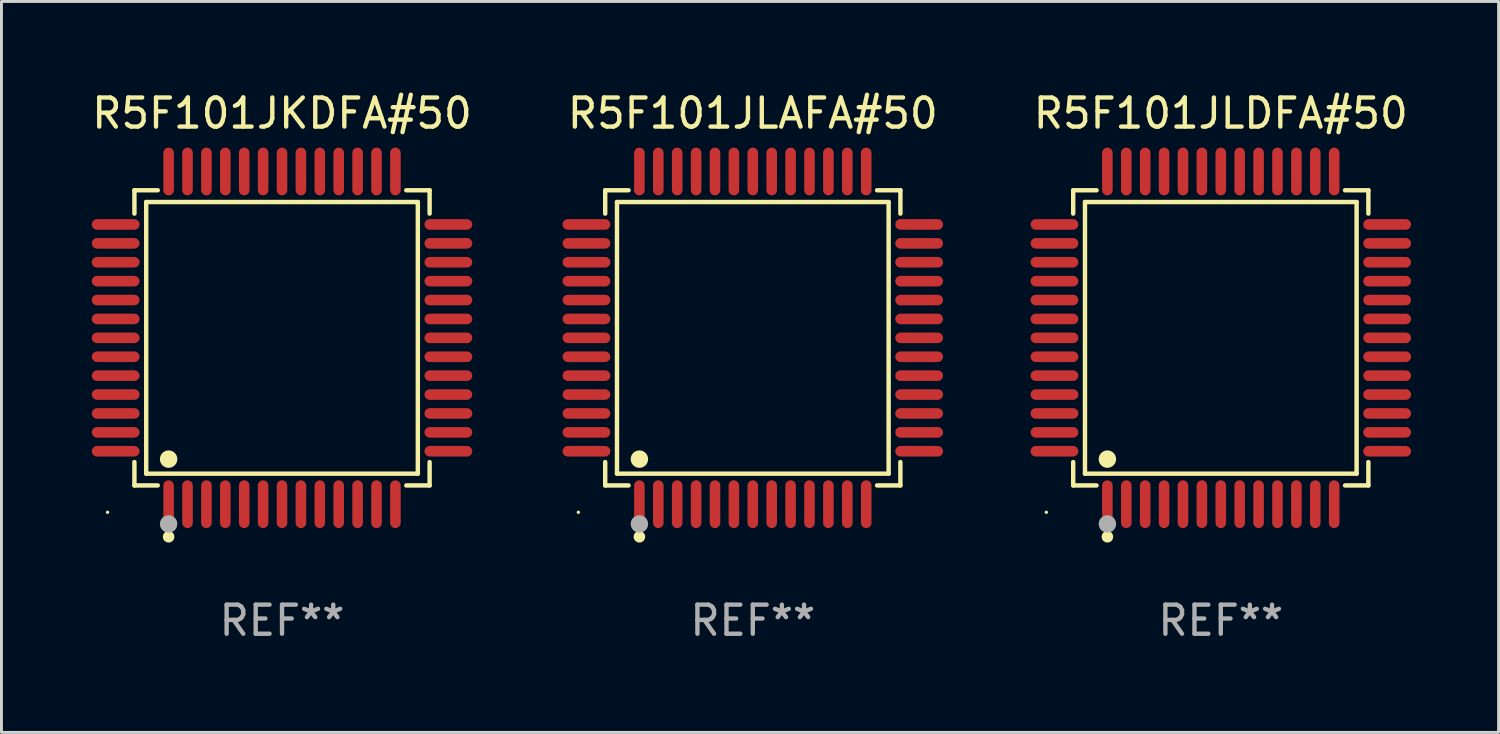
<source format=kicad_pcb>
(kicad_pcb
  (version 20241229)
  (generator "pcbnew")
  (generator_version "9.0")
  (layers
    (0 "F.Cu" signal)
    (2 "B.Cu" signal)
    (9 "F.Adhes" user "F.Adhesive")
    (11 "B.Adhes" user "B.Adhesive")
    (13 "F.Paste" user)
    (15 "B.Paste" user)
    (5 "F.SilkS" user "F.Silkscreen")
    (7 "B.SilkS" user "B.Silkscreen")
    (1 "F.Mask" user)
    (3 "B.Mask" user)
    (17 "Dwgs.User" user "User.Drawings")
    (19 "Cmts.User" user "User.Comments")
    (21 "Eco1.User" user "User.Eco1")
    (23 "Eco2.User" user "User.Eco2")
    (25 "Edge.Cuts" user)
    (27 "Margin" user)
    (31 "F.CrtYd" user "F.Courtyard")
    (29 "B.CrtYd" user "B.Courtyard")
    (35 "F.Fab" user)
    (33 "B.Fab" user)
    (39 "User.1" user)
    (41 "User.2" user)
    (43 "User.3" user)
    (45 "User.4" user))
  (footprint "R5F101JLDFA#50"
    (layer "F.Cu")
    (at 38.935 8.569)
    (property "Reference" "R5F101JLDFA#50" (at 0 -7.721 0) (layer "F.SilkS") (effects (font (size 1 1) (thickness 0.15))))
    (attr through_hole)
    (fp_line (start -5.076 -5.076) (end -4.273 -5.076) (stroke (width 0.152) (type solid)) (layer "F.SilkS"))
    (fp_line (start -5.076 -4.273) (end -5.076 -5.076) (stroke (width 0.152) (type solid)) (layer "F.SilkS"))
    (fp_line (start -5.076 4.273) (end -5.076 5.076) (stroke (width 0.152) (type solid)) (layer "F.SilkS"))
    (fp_line (start -5.076 5.076) (end -4.273 5.076) (stroke (width 0.152) (type solid)) (layer "F.SilkS"))
    (fp_line (start -4.671 -4.671) (end 4.671 -4.671) (stroke (width 0.152) (type solid)) (layer "F.SilkS"))
    (fp_line (start -4.671 4.671) (end -4.671 -4.671) (stroke (width 0.152) (type solid)) (layer "F.SilkS"))
    (fp_line (start 4.671 -4.671) (end 4.671 4.671) (stroke (width 0.152) (type solid)) (layer "F.SilkS"))
    (fp_line (start 4.671 4.671) (end -4.671 4.671) (stroke (width 0.152) (type solid)) (layer "F.SilkS"))
    (fp_line (start 5.076 -5.076) (end 4.273 -5.076) (stroke (width 0.152) (type solid)) (layer "F.SilkS"))
    (fp_line (start 5.076 -4.273) (end 5.076 -5.076) (stroke (width 0.152) (type solid)) (layer "F.SilkS"))
    (fp_line (start 5.076 4.273) (end 5.076 5.076) (stroke (width 0.152) (type solid)) (layer "F.SilkS"))
    (fp_line (start 5.076 5.076) (end 4.273 5.076) (stroke (width 0.152) (type solid)) (layer "F.SilkS"))
    (fp_circle (center -6 6) (end -5.97 6) (stroke (width 0.06) (type solid)) (fill no) (layer "F.SilkS"))
    (fp_circle (center -3.9 4.171) (end -3.75 4.171) (stroke (width 0.3) (type solid)) (fill no) (layer "F.SilkS"))
    (fp_circle (center -3.9 6.842) (end -3.8 6.842) (stroke (width 0.2) (type solid)) (fill no) (layer "F.SilkS"))
    (fp_circle (center -3.9 6.4) (end -3.75 6.4) (stroke (width 0.3) (type solid)) (fill no) (layer "F.Fab"))
    (fp_text user "REF**" (at 0 9.721 0) (layer "F.Fab") (effects (font (size 1 1) (thickness 0.15))))
    (pad "1" smd oval (at -3.9 5.721) (size 0.364 1.642) (layers "F.Cu" "F.Mask" "F.Paste"))
    (pad "2" smd oval (at -3.25 5.721) (size 0.364 1.642) (layers "F.Cu" "F.Mask" "F.Paste"))
    (pad "3" smd oval (at -2.6 5.721) (size 0.364 1.642) (layers "F.Cu" "F.Mask" "F.Paste"))
    (pad "4" smd oval (at -1.95 5.721) (size 0.364 1.642) (layers "F.Cu" "F.Mask" "F.Paste"))
    (pad "5" smd oval (at -1.3 5.721) (size 0.364 1.642) (layers "F.Cu" "F.Mask" "F.Paste"))
    (pad "6" smd oval (at -0.65 5.721) (size 0.364 1.642) (layers "F.Cu" "F.Mask" "F.Paste"))
    (pad "7" smd oval (at 0 5.721) (size 0.364 1.642) (layers "F.Cu" "F.Mask" "F.Paste"))
    (pad "8" smd oval (at 0.65 5.721) (size 0.364 1.642) (layers "F.Cu" "F.Mask" "F.Paste"))
    (pad "9" smd oval (at 1.3 5.721) (size 0.364 1.642) (layers "F.Cu" "F.Mask" "F.Paste"))
    (pad "10" smd oval (at 1.95 5.721) (size 0.364 1.642) (layers "F.Cu" "F.Mask" "F.Paste"))
    (pad "11" smd oval (at 2.6 5.721) (size 0.364 1.642) (layers "F.Cu" "F.Mask" "F.Paste"))
    (pad "12" smd oval (at 3.25 5.721) (size 0.364 1.642) (layers "F.Cu" "F.Mask" "F.Paste"))
    (pad "13" smd oval (at 3.9 5.721) (size 0.364 1.642) (layers "F.Cu" "F.Mask" "F.Paste"))
    (pad "14" smd oval (at 5.721 3.9) (size 1.642 0.364) (layers "F.Cu" "F.Mask" "F.Paste"))
    (pad "15" smd oval (at 5.721 3.25) (size 1.642 0.364) (layers "F.Cu" "F.Mask" "F.Paste"))
    (pad "16" smd oval (at 5.721 2.6) (size 1.642 0.364) (layers "F.Cu" "F.Mask" "F.Paste"))
    (pad "17" smd oval (at 5.721 1.95) (size 1.642 0.364) (layers "F.Cu" "F.Mask" "F.Paste"))
    (pad "18" smd oval (at 5.721 1.3) (size 1.642 0.364) (layers "F.Cu" "F.Mask" "F.Paste"))
    (pad "19" smd oval (at 5.721 0.65) (size 1.642 0.364) (layers "F.Cu" "F.Mask" "F.Paste"))
    (pad "20" smd oval (at 5.721 0) (size 1.642 0.364) (layers "F.Cu" "F.Mask" "F.Paste"))
    (pad "21" smd oval (at 5.721 -0.65) (size 1.642 0.364) (layers "F.Cu" "F.Mask" "F.Paste"))
    (pad "22" smd oval (at 5.721 -1.3) (size 1.642 0.364) (layers "F.Cu" "F.Mask" "F.Paste"))
    (pad "23" smd oval (at 5.721 -1.95) (size 1.642 0.364) (layers "F.Cu" "F.Mask" "F.Paste"))
    (pad "24" smd oval (at 5.721 -2.6) (size 1.642 0.364) (layers "F.Cu" "F.Mask" "F.Paste"))
    (pad "25" smd oval (at 5.721 -3.25) (size 1.642 0.364) (layers "F.Cu" "F.Mask" "F.Paste"))
    (pad "26" smd oval (at 5.721 -3.9) (size 1.642 0.364) (layers "F.Cu" "F.Mask" "F.Paste"))
    (pad "27" smd oval (at 3.9 -5.721) (size 0.364 1.642) (layers "F.Cu" "F.Mask" "F.Paste"))
    (pad "28" smd oval (at 3.25 -5.721) (size 0.364 1.642) (layers "F.Cu" "F.Mask" "F.Paste"))
    (pad "29" smd oval (at 2.6 -5.721) (size 0.364 1.642) (layers "F.Cu" "F.Mask" "F.Paste"))
    (pad "30" smd oval (at 1.95 -5.721) (size 0.364 1.642) (layers "F.Cu" "F.Mask" "F.Paste"))
    (pad "31" smd oval (at 1.3 -5.721) (size 0.364 1.642) (layers "F.Cu" "F.Mask" "F.Paste"))
    (pad "32" smd oval (at 0.65 -5.721) (size 0.364 1.642) (layers "F.Cu" "F.Mask" "F.Paste"))
    (pad "33" smd oval (at 0 -5.721) (size 0.364 1.642) (layers "F.Cu" "F.Mask" "F.Paste"))
    (pad "34" smd oval (at -0.65 -5.721) (size 0.364 1.642) (layers "F.Cu" "F.Mask" "F.Paste"))
    (pad "35" smd oval (at -1.3 -5.721) (size 0.364 1.642) (layers "F.Cu" "F.Mask" "F.Paste"))
    (pad "36" smd oval (at -1.95 -5.721) (size 0.364 1.642) (layers "F.Cu" "F.Mask" "F.Paste"))
    (pad "37" smd oval (at -2.6 -5.721) (size 0.364 1.642) (layers "F.Cu" "F.Mask" "F.Paste"))
    (pad "38" smd oval (at -3.25 -5.721) (size 0.364 1.642) (layers "F.Cu" "F.Mask" "F.Paste"))
    (pad "39" smd oval (at -3.9 -5.721) (size 0.364 1.642) (layers "F.Cu" "F.Mask" "F.Paste"))
    (pad "40" smd oval (at -5.721 -3.9) (size 1.642 0.364) (layers "F.Cu" "F.Mask" "F.Paste"))
    (pad "41" smd oval (at -5.721 -3.25) (size 1.642 0.364) (layers "F.Cu" "F.Mask" "F.Paste"))
    (pad "42" smd oval (at -5.721 -2.6) (size 1.642 0.364) (layers "F.Cu" "F.Mask" "F.Paste"))
    (pad "43" smd oval (at -5.721 -1.95) (size 1.642 0.364) (layers "F.Cu" "F.Mask" "F.Paste"))
    (pad "44" smd oval (at -5.721 -1.3) (size 1.642 0.364) (layers "F.Cu" "F.Mask" "F.Paste"))
    (pad "45" smd oval (at -5.721 -0.65) (size 1.642 0.364) (layers "F.Cu" "F.Mask" "F.Paste"))
    (pad "46" smd oval (at -5.721 0) (size 1.642 0.364) (layers "F.Cu" "F.Mask" "F.Paste"))
    (pad "47" smd oval (at -5.721 0.65) (size 1.642 0.364) (layers "F.Cu" "F.Mask" "F.Paste"))
    (pad "48" smd oval (at -5.721 1.3) (size 1.642 0.364) (layers "F.Cu" "F.Mask" "F.Paste"))
    (pad "49" smd oval (at -5.721 1.95) (size 1.642 0.364) (layers "F.Cu" "F.Mask" "F.Paste"))
    (pad "50" smd oval (at -5.721 2.6) (size 1.642 0.364) (layers "F.Cu" "F.Mask" "F.Paste"))
    (pad "51" smd oval (at -5.721 3.25) (size 1.642 0.364) (layers "F.Cu" "F.Mask" "F.Paste"))
    (pad "52" smd oval (at -5.721 3.9) (size 1.642 0.364) (layers "F.Cu" "F.Mask" "F.Paste")))
  (footprint "R5F101JLAFA#50"
    (layer "F.Cu")
    (at 22.84 8.569)
    (property "Reference" "R5F101JLAFA#50" (at 0 -7.721 0) (layer "F.SilkS") (effects (font (size 1 1) (thickness 0.15))))
    (attr through_hole)
    (fp_line (start -5.076 -5.076) (end -4.273 -5.076) (stroke (width 0.152) (type solid)) (layer "F.SilkS"))
    (fp_line (start -5.076 -4.273) (end -5.076 -5.076) (stroke (width 0.152) (type solid)) (layer "F.SilkS"))
    (fp_line (start -5.076 4.273) (end -5.076 5.076) (stroke (width 0.152) (type solid)) (layer "F.SilkS"))
    (fp_line (start -5.076 5.076) (end -4.273 5.076) (stroke (width 0.152) (type solid)) (layer "F.SilkS"))
    (fp_line (start -4.671 -4.671) (end 4.671 -4.671) (stroke (width 0.152) (type solid)) (layer "F.SilkS"))
    (fp_line (start -4.671 4.671) (end -4.671 -4.671) (stroke (width 0.152) (type solid)) (layer "F.SilkS"))
    (fp_line (start 4.671 -4.671) (end 4.671 4.671) (stroke (width 0.152) (type solid)) (layer "F.SilkS"))
    (fp_line (start 4.671 4.671) (end -4.671 4.671) (stroke (width 0.152) (type solid)) (layer "F.SilkS"))
    (fp_line (start 5.076 -5.076) (end 4.273 -5.076) (stroke (width 0.152) (type solid)) (layer "F.SilkS"))
    (fp_line (start 5.076 -4.273) (end 5.076 -5.076) (stroke (width 0.152) (type solid)) (layer "F.SilkS"))
    (fp_line (start 5.076 4.273) (end 5.076 5.076) (stroke (width 0.152) (type solid)) (layer "F.SilkS"))
    (fp_line (start 5.076 5.076) (end 4.273 5.076) (stroke (width 0.152) (type solid)) (layer "F.SilkS"))
    (fp_circle (center -6 6) (end -5.97 6) (stroke (width 0.06) (type solid)) (fill no) (layer "F.SilkS"))
    (fp_circle (center -3.9 4.171) (end -3.75 4.171) (stroke (width 0.3) (type solid)) (fill no) (layer "F.SilkS"))
    (fp_circle (center -3.9 6.842) (end -3.8 6.842) (stroke (width 0.2) (type solid)) (fill no) (layer "F.SilkS"))
    (fp_circle (center -3.9 6.4) (end -3.75 6.4) (stroke (width 0.3) (type solid)) (fill no) (layer "F.Fab"))
    (fp_text user "REF**" (at 0 9.721 0) (layer "F.Fab") (effects (font (size 1 1) (thickness 0.15))))
    (pad "1" smd oval (at -3.9 5.721) (size 0.364 1.642) (layers "F.Cu" "F.Mask" "F.Paste"))
    (pad "2" smd oval (at -3.25 5.721) (size 0.364 1.642) (layers "F.Cu" "F.Mask" "F.Paste"))
    (pad "3" smd oval (at -2.6 5.721) (size 0.364 1.642) (layers "F.Cu" "F.Mask" "F.Paste"))
    (pad "4" smd oval (at -1.95 5.721) (size 0.364 1.642) (layers "F.Cu" "F.Mask" "F.Paste"))
    (pad "5" smd oval (at -1.3 5.721) (size 0.364 1.642) (layers "F.Cu" "F.Mask" "F.Paste"))
    (pad "6" smd oval (at -0.65 5.721) (size 0.364 1.642) (layers "F.Cu" "F.Mask" "F.Paste"))
    (pad "7" smd oval (at 0 5.721) (size 0.364 1.642) (layers "F.Cu" "F.Mask" "F.Paste"))
    (pad "8" smd oval (at 0.65 5.721) (size 0.364 1.642) (layers "F.Cu" "F.Mask" "F.Paste"))
    (pad "9" smd oval (at 1.3 5.721) (size 0.364 1.642) (layers "F.Cu" "F.Mask" "F.Paste"))
    (pad "10" smd oval (at 1.95 5.721) (size 0.364 1.642) (layers "F.Cu" "F.Mask" "F.Paste"))
    (pad "11" smd oval (at 2.6 5.721) (size 0.364 1.642) (layers "F.Cu" "F.Mask" "F.Paste"))
    (pad "12" smd oval (at 3.25 5.721) (size 0.364 1.642) (layers "F.Cu" "F.Mask" "F.Paste"))
    (pad "13" smd oval (at 3.9 5.721) (size 0.364 1.642) (layers "F.Cu" "F.Mask" "F.Paste"))
    (pad "14" smd oval (at 5.721 3.9) (size 1.642 0.364) (layers "F.Cu" "F.Mask" "F.Paste"))
    (pad "15" smd oval (at 5.721 3.25) (size 1.642 0.364) (layers "F.Cu" "F.Mask" "F.Paste"))
    (pad "16" smd oval (at 5.721 2.6) (size 1.642 0.364) (layers "F.Cu" "F.Mask" "F.Paste"))
    (pad "17" smd oval (at 5.721 1.95) (size 1.642 0.364) (layers "F.Cu" "F.Mask" "F.Paste"))
    (pad "18" smd oval (at 5.721 1.3) (size 1.642 0.364) (layers "F.Cu" "F.Mask" "F.Paste"))
    (pad "19" smd oval (at 5.721 0.65) (size 1.642 0.364) (layers "F.Cu" "F.Mask" "F.Paste"))
    (pad "20" smd oval (at 5.721 0) (size 1.642 0.364) (layers "F.Cu" "F.Mask" "F.Paste"))
    (pad "21" smd oval (at 5.721 -0.65) (size 1.642 0.364) (layers "F.Cu" "F.Mask" "F.Paste"))
    (pad "22" smd oval (at 5.721 -1.3) (size 1.642 0.364) (layers "F.Cu" "F.Mask" "F.Paste"))
    (pad "23" smd oval (at 5.721 -1.95) (size 1.642 0.364) (layers "F.Cu" "F.Mask" "F.Paste"))
    (pad "24" smd oval (at 5.721 -2.6) (size 1.642 0.364) (layers "F.Cu" "F.Mask" "F.Paste"))
    (pad "25" smd oval (at 5.721 -3.25) (size 1.642 0.364) (layers "F.Cu" "F.Mask" "F.Paste"))
    (pad "26" smd oval (at 5.721 -3.9) (size 1.642 0.364) (layers "F.Cu" "F.Mask" "F.Paste"))
    (pad "27" smd oval (at 3.9 -5.721) (size 0.364 1.642) (layers "F.Cu" "F.Mask" "F.Paste"))
    (pad "28" smd oval (at 3.25 -5.721) (size 0.364 1.642) (layers "F.Cu" "F.Mask" "F.Paste"))
    (pad "29" smd oval (at 2.6 -5.721) (size 0.364 1.642) (layers "F.Cu" "F.Mask" "F.Paste"))
    (pad "30" smd oval (at 1.95 -5.721) (size 0.364 1.642) (layers "F.Cu" "F.Mask" "F.Paste"))
    (pad "31" smd oval (at 1.3 -5.721) (size 0.364 1.642) (layers "F.Cu" "F.Mask" "F.Paste"))
    (pad "32" smd oval (at 0.65 -5.721) (size 0.364 1.642) (layers "F.Cu" "F.Mask" "F.Paste"))
    (pad "33" smd oval (at 0 -5.721) (size 0.364 1.642) (layers "F.Cu" "F.Mask" "F.Paste"))
    (pad "34" smd oval (at -0.65 -5.721) (size 0.364 1.642) (layers "F.Cu" "F.Mask" "F.Paste"))
    (pad "35" smd oval (at -1.3 -5.721) (size 0.364 1.642) (layers "F.Cu" "F.Mask" "F.Paste"))
    (pad "36" smd oval (at -1.95 -5.721) (size 0.364 1.642) (layers "F.Cu" "F.Mask" "F.Paste"))
    (pad "37" smd oval (at -2.6 -5.721) (size 0.364 1.642) (layers "F.Cu" "F.Mask" "F.Paste"))
    (pad "38" smd oval (at -3.25 -5.721) (size 0.364 1.642) (layers "F.Cu" "F.Mask" "F.Paste"))
    (pad "39" smd oval (at -3.9 -5.721) (size 0.364 1.642) (layers "F.Cu" "F.Mask" "F.Paste"))
    (pad "40" smd oval (at -5.721 -3.9) (size 1.642 0.364) (layers "F.Cu" "F.Mask" "F.Paste"))
    (pad "41" smd oval (at -5.721 -3.25) (size 1.642 0.364) (layers "F.Cu" "F.Mask" "F.Paste"))
    (pad "42" smd oval (at -5.721 -2.6) (size 1.642 0.364) (layers "F.Cu" "F.Mask" "F.Paste"))
    (pad "43" smd oval (at -5.721 -1.95) (size 1.642 0.364) (layers "F.Cu" "F.Mask" "F.Paste"))
    (pad "44" smd oval (at -5.721 -1.3) (size 1.642 0.364) (layers "F.Cu" "F.Mask" "F.Paste"))
    (pad "45" smd oval (at -5.721 -0.65) (size 1.642 0.364) (layers "F.Cu" "F.Mask" "F.Paste"))
    (pad "46" smd oval (at -5.721 0) (size 1.642 0.364) (layers "F.Cu" "F.Mask" "F.Paste"))
    (pad "47" smd oval (at -5.721 0.65) (size 1.642 0.364) (layers "F.Cu" "F.Mask" "F.Paste"))
    (pad "48" smd oval (at -5.721 1.3) (size 1.642 0.364) (layers "F.Cu" "F.Mask" "F.Paste"))
    (pad "49" smd oval (at -5.721 1.95) (size 1.642 0.364) (layers "F.Cu" "F.Mask" "F.Paste"))
    (pad "50" smd oval (at -5.721 2.6) (size 1.642 0.364) (layers "F.Cu" "F.Mask" "F.Paste"))
    (pad "51" smd oval (at -5.721 3.25) (size 1.642 0.364) (layers "F.Cu" "F.Mask" "F.Paste"))
    (pad "52" smd oval (at -5.721 3.9) (size 1.642 0.364) (layers "F.Cu" "F.Mask" "F.Paste")))
  (footprint "R5F101JKDFA#50"
    (layer "F.Cu")
    (at 6.649 8.569)
    (property "Reference" "R5F101JKDFA#50" (at 0 -7.721 0) (layer "F.SilkS") (effects (font (size 1 1) (thickness 0.15))))
    (attr through_hole)
    (fp_line (start -5.076 -5.076) (end -4.273 -5.076) (stroke (width 0.152) (type solid)) (layer "F.SilkS"))
    (fp_line (start -5.076 -4.273) (end -5.076 -5.076) (stroke (width 0.152) (type solid)) (layer "F.SilkS"))
    (fp_line (start -5.076 4.273) (end -5.076 5.076) (stroke (width 0.152) (type solid)) (layer "F.SilkS"))
    (fp_line (start -5.076 5.076) (end -4.273 5.076) (stroke (width 0.152) (type solid)) (layer "F.SilkS"))
    (fp_line (start -4.671 -4.671) (end 4.671 -4.671) (stroke (width 0.152) (type solid)) (layer "F.SilkS"))
    (fp_line (start -4.671 4.671) (end -4.671 -4.671) (stroke (width 0.152) (type solid)) (layer "F.SilkS"))
    (fp_line (start 4.671 -4.671) (end 4.671 4.671) (stroke (width 0.152) (type solid)) (layer "F.SilkS"))
    (fp_line (start 4.671 4.671) (end -4.671 4.671) (stroke (width 0.152) (type solid)) (layer "F.SilkS"))
    (fp_line (start 5.076 -5.076) (end 4.273 -5.076) (stroke (width 0.152) (type solid)) (layer "F.SilkS"))
    (fp_line (start 5.076 -4.273) (end 5.076 -5.076) (stroke (width 0.152) (type solid)) (layer "F.SilkS"))
    (fp_line (start 5.076 4.273) (end 5.076 5.076) (stroke (width 0.152) (type solid)) (layer "F.SilkS"))
    (fp_line (start 5.076 5.076) (end 4.273 5.076) (stroke (width 0.152) (type solid)) (layer "F.SilkS"))
    (fp_circle (center -6 6) (end -5.97 6) (stroke (width 0.06) (type solid)) (fill no) (layer "F.SilkS"))
    (fp_circle (center -3.9 4.171) (end -3.75 4.171) (stroke (width 0.3) (type solid)) (fill no) (layer "F.SilkS"))
    (fp_circle (center -3.9 6.842) (end -3.8 6.842) (stroke (width 0.2) (type solid)) (fill no) (layer "F.SilkS"))
    (fp_circle (center -3.9 6.4) (end -3.75 6.4) (stroke (width 0.3) (type solid)) (fill no) (layer "F.Fab"))
    (fp_text user "REF**" (at 0 9.721 0) (layer "F.Fab") (effects (font (size 1 1) (thickness 0.15))))
    (pad "1" smd oval (at -3.9 5.721) (size 0.364 1.642) (layers "F.Cu" "F.Mask" "F.Paste"))
    (pad "2" smd oval (at -3.25 5.721) (size 0.364 1.642) (layers "F.Cu" "F.Mask" "F.Paste"))
    (pad "3" smd oval (at -2.6 5.721) (size 0.364 1.642) (layers "F.Cu" "F.Mask" "F.Paste"))
    (pad "4" smd oval (at -1.95 5.721) (size 0.364 1.642) (layers "F.Cu" "F.Mask" "F.Paste"))
    (pad "5" smd oval (at -1.3 5.721) (size 0.364 1.642) (layers "F.Cu" "F.Mask" "F.Paste"))
    (pad "6" smd oval (at -0.65 5.721) (size 0.364 1.642) (layers "F.Cu" "F.Mask" "F.Paste"))
    (pad "7" smd oval (at 0 5.721) (size 0.364 1.642) (layers "F.Cu" "F.Mask" "F.Paste"))
    (pad "8" smd oval (at 0.65 5.721) (size 0.364 1.642) (layers "F.Cu" "F.Mask" "F.Paste"))
    (pad "9" smd oval (at 1.3 5.721) (size 0.364 1.642) (layers "F.Cu" "F.Mask" "F.Paste"))
    (pad "10" smd oval (at 1.95 5.721) (size 0.364 1.642) (layers "F.Cu" "F.Mask" "F.Paste"))
    (pad "11" smd oval (at 2.6 5.721) (size 0.364 1.642) (layers "F.Cu" "F.Mask" "F.Paste"))
    (pad "12" smd oval (at 3.25 5.721) (size 0.364 1.642) (layers "F.Cu" "F.Mask" "F.Paste"))
    (pad "13" smd oval (at 3.9 5.721) (size 0.364 1.642) (layers "F.Cu" "F.Mask" "F.Paste"))
    (pad "14" smd oval (at 5.721 3.9) (size 1.642 0.364) (layers "F.Cu" "F.Mask" "F.Paste"))
    (pad "15" smd oval (at 5.721 3.25) (size 1.642 0.364) (layers "F.Cu" "F.Mask" "F.Paste"))
    (pad "16" smd oval (at 5.721 2.6) (size 1.642 0.364) (layers "F.Cu" "F.Mask" "F.Paste"))
    (pad "17" smd oval (at 5.721 1.95) (size 1.642 0.364) (layers "F.Cu" "F.Mask" "F.Paste"))
    (pad "18" smd oval (at 5.721 1.3) (size 1.642 0.364) (layers "F.Cu" "F.Mask" "F.Paste"))
    (pad "19" smd oval (at 5.721 0.65) (size 1.642 0.364) (layers "F.Cu" "F.Mask" "F.Paste"))
    (pad "20" smd oval (at 5.721 0) (size 1.642 0.364) (layers "F.Cu" "F.Mask" "F.Paste"))
    (pad "21" smd oval (at 5.721 -0.65) (size 1.642 0.364) (layers "F.Cu" "F.Mask" "F.Paste"))
    (pad "22" smd oval (at 5.721 -1.3) (size 1.642 0.364) (layers "F.Cu" "F.Mask" "F.Paste"))
    (pad "23" smd oval (at 5.721 -1.95) (size 1.642 0.364) (layers "F.Cu" "F.Mask" "F.Paste"))
    (pad "24" smd oval (at 5.721 -2.6) (size 1.642 0.364) (layers "F.Cu" "F.Mask" "F.Paste"))
    (pad "25" smd oval (at 5.721 -3.25) (size 1.642 0.364) (layers "F.Cu" "F.Mask" "F.Paste"))
    (pad "26" smd oval (at 5.721 -3.9) (size 1.642 0.364) (layers "F.Cu" "F.Mask" "F.Paste"))
    (pad "27" smd oval (at 3.9 -5.721) (size 0.364 1.642) (layers "F.Cu" "F.Mask" "F.Paste"))
    (pad "28" smd oval (at 3.25 -5.721) (size 0.364 1.642) (layers "F.Cu" "F.Mask" "F.Paste"))
    (pad "29" smd oval (at 2.6 -5.721) (size 0.364 1.642) (layers "F.Cu" "F.Mask" "F.Paste"))
    (pad "30" smd oval (at 1.95 -5.721) (size 0.364 1.642) (layers "F.Cu" "F.Mask" "F.Paste"))
    (pad "31" smd oval (at 1.3 -5.721) (size 0.364 1.642) (layers "F.Cu" "F.Mask" "F.Paste"))
    (pad "32" smd oval (at 0.65 -5.721) (size 0.364 1.642) (layers "F.Cu" "F.Mask" "F.Paste"))
    (pad "33" smd oval (at 0 -5.721) (size 0.364 1.642) (layers "F.Cu" "F.Mask" "F.Paste"))
    (pad "34" smd oval (at -0.65 -5.721) (size 0.364 1.642) (layers "F.Cu" "F.Mask" "F.Paste"))
    (pad "35" smd oval (at -1.3 -5.721) (size 0.364 1.642) (layers "F.Cu" "F.Mask" "F.Paste"))
    (pad "36" smd oval (at -1.95 -5.721) (size 0.364 1.642) (layers "F.Cu" "F.Mask" "F.Paste"))
    (pad "37" smd oval (at -2.6 -5.721) (size 0.364 1.642) (layers "F.Cu" "F.Mask" "F.Paste"))
    (pad "38" smd oval (at -3.25 -5.721) (size 0.364 1.642) (layers "F.Cu" "F.Mask" "F.Paste"))
    (pad "39" smd oval (at -3.9 -5.721) (size 0.364 1.642) (layers "F.Cu" "F.Mask" "F.Paste"))
    (pad "40" smd oval (at -5.721 -3.9) (size 1.642 0.364) (layers "F.Cu" "F.Mask" "F.Paste"))
    (pad "41" smd oval (at -5.721 -3.25) (size 1.642 0.364) (layers "F.Cu" "F.Mask" "F.Paste"))
    (pad "42" smd oval (at -5.721 -2.6) (size 1.642 0.364) (layers "F.Cu" "F.Mask" "F.Paste"))
    (pad "43" smd oval (at -5.721 -1.95) (size 1.642 0.364) (layers "F.Cu" "F.Mask" "F.Paste"))
    (pad "44" smd oval (at -5.721 -1.3) (size 1.642 0.364) (layers "F.Cu" "F.Mask" "F.Paste"))
    (pad "45" smd oval (at -5.721 -0.65) (size 1.642 0.364) (layers "F.Cu" "F.Mask" "F.Paste"))
    (pad "46" smd oval (at -5.721 0) (size 1.642 0.364) (layers "F.Cu" "F.Mask" "F.Paste"))
    (pad "47" smd oval (at -5.721 0.65) (size 1.642 0.364) (layers "F.Cu" "F.Mask" "F.Paste"))
    (pad "48" smd oval (at -5.721 1.3) (size 1.642 0.364) (layers "F.Cu" "F.Mask" "F.Paste"))
    (pad "49" smd oval (at -5.721 1.95) (size 1.642 0.364) (layers "F.Cu" "F.Mask" "F.Paste"))
    (pad "50" smd oval (at -5.721 2.6) (size 1.642 0.364) (layers "F.Cu" "F.Mask" "F.Paste"))
    (pad "51" smd oval (at -5.721 3.25) (size 1.642 0.364) (layers "F.Cu" "F.Mask" "F.Paste"))
    (pad "52" smd oval (at -5.721 3.9) (size 1.642 0.364) (layers "F.Cu" "F.Mask" "F.Paste")))
  (gr_rect
    (start -3 -3)
    (end 48.489 22.139)
    (stroke (width 0.1) (type default))
    (fill no)
    (layer "Edge.Cuts")))
</source>
